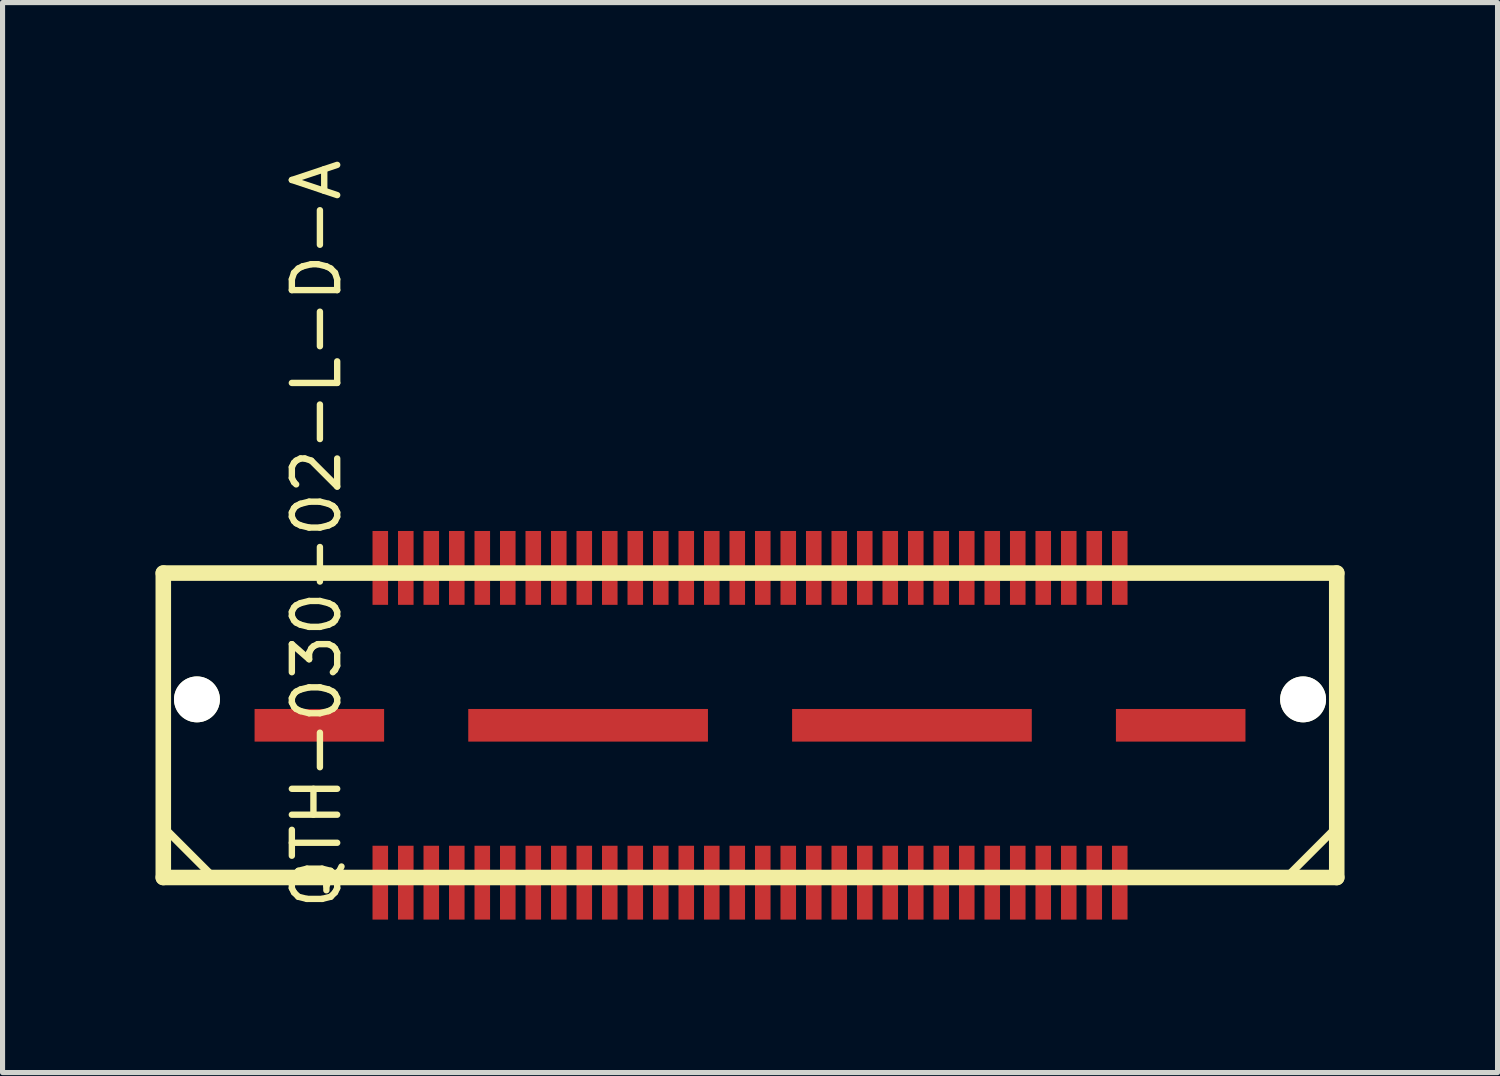
<source format=kicad_pcb>
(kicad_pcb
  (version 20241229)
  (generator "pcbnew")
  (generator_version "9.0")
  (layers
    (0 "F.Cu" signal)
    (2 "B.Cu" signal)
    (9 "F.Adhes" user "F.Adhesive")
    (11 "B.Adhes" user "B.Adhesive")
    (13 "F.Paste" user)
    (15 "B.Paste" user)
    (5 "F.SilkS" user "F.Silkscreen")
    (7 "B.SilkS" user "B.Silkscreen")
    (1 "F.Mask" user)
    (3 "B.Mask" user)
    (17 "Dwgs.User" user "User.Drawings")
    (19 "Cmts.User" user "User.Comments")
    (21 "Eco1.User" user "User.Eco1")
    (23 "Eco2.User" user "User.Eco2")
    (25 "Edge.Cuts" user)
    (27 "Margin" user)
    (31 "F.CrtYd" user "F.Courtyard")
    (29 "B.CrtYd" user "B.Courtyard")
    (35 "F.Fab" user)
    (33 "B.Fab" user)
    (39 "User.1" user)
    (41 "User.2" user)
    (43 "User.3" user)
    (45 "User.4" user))
  (footprint "QTH-030-02-L-D-A"
    (layer "F.Cu")
    (at 11.657 11.172)
    (property "Reference" "QTH-030-02-L-D-A" (at -8.5 -3.75 90) (layer "F.SilkS") (effects (font (size 0.889 0.889) (thickness 0.125))))
    (attr through_hole)
    (fp_line (start -11.505 -2.985) (end -11.505 2.985) (stroke (width 0.305) (type solid)) (layer "F.SilkS"))
    (fp_line (start -11.505 2.985) (end 11.505 2.985) (stroke (width 0.305) (type solid)) (layer "F.SilkS"))
    (fp_line (start -11.5 2) (end -10.5 3) (stroke (width 0.15) (type solid)) (layer "F.SilkS"))
    (fp_line (start 11.5 2) (end 10.5 3) (stroke (width 0.15) (type solid)) (layer "F.SilkS"))
    (fp_line (start 11.505 -2.985) (end -11.505 -2.985) (stroke (width 0.305) (type solid)) (layer "F.SilkS"))
    (fp_line (start 11.505 2.985) (end 11.505 -2.985) (stroke (width 0.305) (type solid)) (layer "F.SilkS"))
    (pad "" np_thru_hole circle (at -10.845 -0.508) (size 0.9 0.9) (drill 0.9) (layers "*.Cu" "*.Mask" "F.SilkS"))
    (pad "" np_thru_hole circle (at 10.845 -0.508) (size 0.9 0.9) (drill 0.9) (layers "*.Cu" "*.Mask" "F.SilkS"))
    (pad "1" smd rect (at -7.25 -3.086 180) (size 0.305 1.448) (layers "F.Cu" "F.Mask" "F.Paste"))
    (pad "2" smd rect (at -7.25 3.086) (size 0.305 1.448) (layers "F.Cu" "F.Mask" "F.Paste"))
    (pad "3" smd rect (at -6.75 -3.086 180) (size 0.305 1.448) (layers "F.Cu" "F.Mask" "F.Paste"))
    (pad "4" smd rect (at -6.75 3.086) (size 0.305 1.448) (layers "F.Cu" "F.Mask" "F.Paste"))
    (pad "5" smd rect (at -6.25 -3.086 180) (size 0.305 1.448) (layers "F.Cu" "F.Mask" "F.Paste"))
    (pad "6" smd rect (at -6.25 3.086) (size 0.305 1.448) (layers "F.Cu" "F.Mask" "F.Paste"))
    (pad "7" smd rect (at -5.75 -3.086 180) (size 0.305 1.448) (layers "F.Cu" "F.Mask" "F.Paste"))
    (pad "8" smd rect (at -5.75 3.086) (size 0.305 1.448) (layers "F.Cu" "F.Mask" "F.Paste"))
    (pad "9" smd rect (at -5.25 -3.086 180) (size 0.305 1.448) (layers "F.Cu" "F.Mask" "F.Paste"))
    (pad "10" smd rect (at -5.25 3.086) (size 0.305 1.448) (layers "F.Cu" "F.Mask" "F.Paste"))
    (pad "11" smd rect (at -4.75 -3.086 180) (size 0.305 1.448) (layers "F.Cu" "F.Mask" "F.Paste"))
    (pad "12" smd rect (at -4.75 3.086) (size 0.305 1.448) (layers "F.Cu" "F.Mask" "F.Paste"))
    (pad "13" smd rect (at -4.25 -3.086 180) (size 0.305 1.448) (layers "F.Cu" "F.Mask" "F.Paste"))
    (pad "14" smd rect (at -4.25 3.086) (size 0.305 1.448) (layers "F.Cu" "F.Mask" "F.Paste"))
    (pad "15" smd rect (at -3.75 -3.086 180) (size 0.305 1.448) (layers "F.Cu" "F.Mask" "F.Paste"))
    (pad "16" smd rect (at -3.75 3.086) (size 0.305 1.448) (layers "F.Cu" "F.Mask" "F.Paste"))
    (pad "17" smd rect (at -3.25 -3.086 180) (size 0.305 1.448) (layers "F.Cu" "F.Mask" "F.Paste"))
    (pad "18" smd rect (at -3.25 3.086) (size 0.305 1.448) (layers "F.Cu" "F.Mask" "F.Paste"))
    (pad "19" smd rect (at -2.75 -3.086 180) (size 0.305 1.448) (layers "F.Cu" "F.Mask" "F.Paste"))
    (pad "20" smd rect (at -2.75 3.086) (size 0.305 1.448) (layers "F.Cu" "F.Mask" "F.Paste"))
    (pad "21" smd rect (at -2.25 -3.086 180) (size 0.305 1.448) (layers "F.Cu" "F.Mask" "F.Paste"))
    (pad "22" smd rect (at -2.25 3.086) (size 0.305 1.448) (layers "F.Cu" "F.Mask" "F.Paste"))
    (pad "23" smd rect (at -1.75 -3.086 180) (size 0.305 1.448) (layers "F.Cu" "F.Mask" "F.Paste"))
    (pad "24" smd rect (at -1.75 3.086) (size 0.305 1.448) (layers "F.Cu" "F.Mask" "F.Paste"))
    (pad "25" smd rect (at -1.25 -3.086 180) (size 0.305 1.448) (layers "F.Cu" "F.Mask" "F.Paste"))
    (pad "26" smd rect (at -1.25 3.086) (size 0.305 1.448) (layers "F.Cu" "F.Mask" "F.Paste"))
    (pad "27" smd rect (at -0.75 -3.086 180) (size 0.305 1.448) (layers "F.Cu" "F.Mask" "F.Paste"))
    (pad "28" smd rect (at -0.75 3.086) (size 0.305 1.448) (layers "F.Cu" "F.Mask" "F.Paste"))
    (pad "29" smd rect (at -0.25 -3.086 180) (size 0.305 1.448) (layers "F.Cu" "F.Mask" "F.Paste"))
    (pad "30" smd rect (at -0.25 3.086) (size 0.305 1.448) (layers "F.Cu" "F.Mask" "F.Paste"))
    (pad "31" smd rect (at 0.25 -3.086 180) (size 0.305 1.448) (layers "F.Cu" "F.Mask" "F.Paste"))
    (pad "32" smd rect (at 0.25 3.086) (size 0.305 1.448) (layers "F.Cu" "F.Mask" "F.Paste"))
    (pad "33" smd rect (at 0.75 -3.086 180) (size 0.305 1.448) (layers "F.Cu" "F.Mask" "F.Paste"))
    (pad "34" smd rect (at 0.75 3.086) (size 0.305 1.448) (layers "F.Cu" "F.Mask" "F.Paste"))
    (pad "35" smd rect (at 1.25 -3.086 180) (size 0.305 1.448) (layers "F.Cu" "F.Mask" "F.Paste"))
    (pad "36" smd rect (at 1.25 3.086) (size 0.305 1.448) (layers "F.Cu" "F.Mask" "F.Paste"))
    (pad "37" smd rect (at 1.75 -3.086 180) (size 0.305 1.448) (layers "F.Cu" "F.Mask" "F.Paste"))
    (pad "38" smd rect (at 1.75 3.086) (size 0.305 1.448) (layers "F.Cu" "F.Mask" "F.Paste"))
    (pad "39" smd rect (at 2.25 -3.086 180) (size 0.305 1.448) (layers "F.Cu" "F.Mask" "F.Paste"))
    (pad "40" smd rect (at 2.25 3.086) (size 0.305 1.448) (layers "F.Cu" "F.Mask" "F.Paste"))
    (pad "41" smd rect (at 2.75 -3.086 180) (size 0.305 1.448) (layers "F.Cu" "F.Mask" "F.Paste"))
    (pad "42" smd rect (at 2.75 3.086) (size 0.305 1.448) (layers "F.Cu" "F.Mask" "F.Paste"))
    (pad "43" smd rect (at 3.25 -3.086 180) (size 0.305 1.448) (layers "F.Cu" "F.Mask" "F.Paste"))
    (pad "44" smd rect (at 3.25 3.086) (size 0.305 1.448) (layers "F.Cu" "F.Mask" "F.Paste"))
    (pad "45" smd rect (at 3.75 -3.086 180) (size 0.305 1.448) (layers "F.Cu" "F.Mask" "F.Paste"))
    (pad "46" smd rect (at 3.75 3.086) (size 0.305 1.448) (layers "F.Cu" "F.Mask" "F.Paste"))
    (pad "47" smd rect (at 4.25 -3.086 180) (size 0.305 1.448) (layers "F.Cu" "F.Mask" "F.Paste"))
    (pad "48" smd rect (at 4.25 3.086) (size 0.305 1.448) (layers "F.Cu" "F.Mask" "F.Paste"))
    (pad "49" smd rect (at 4.75 -3.086 180) (size 0.305 1.448) (layers "F.Cu" "F.Mask" "F.Paste"))
    (pad "50" smd rect (at 4.75 3.086) (size 0.305 1.448) (layers "F.Cu" "F.Mask" "F.Paste"))
    (pad "51" smd rect (at 5.25 -3.086 180) (size 0.305 1.448) (layers "F.Cu" "F.Mask" "F.Paste"))
    (pad "52" smd rect (at 5.25 3.086) (size 0.305 1.448) (layers "F.Cu" "F.Mask" "F.Paste"))
    (pad "53" smd rect (at 5.75 -3.086 180) (size 0.305 1.448) (layers "F.Cu" "F.Mask" "F.Paste"))
    (pad "54" smd rect (at 5.75 3.086) (size 0.305 1.448) (layers "F.Cu" "F.Mask" "F.Paste"))
    (pad "55" smd rect (at 6.25 -3.086 180) (size 0.305 1.448) (layers "F.Cu" "F.Mask" "F.Paste"))
    (pad "56" smd rect (at 6.25 3.086) (size 0.305 1.448) (layers "F.Cu" "F.Mask" "F.Paste"))
    (pad "57" smd rect (at 6.75 -3.086 180) (size 0.305 1.448) (layers "F.Cu" "F.Mask" "F.Paste"))
    (pad "58" smd rect (at 6.75 3.086) (size 0.305 1.448) (layers "F.Cu" "F.Mask" "F.Paste"))
    (pad "59" smd rect (at 7.25 -3.086 180) (size 0.305 1.448) (layers "F.Cu" "F.Mask" "F.Paste"))
    (pad "60" smd rect (at 7.25 3.086) (size 0.305 1.448) (layers "F.Cu" "F.Mask" "F.Paste"))
    (pad "61" smd rect (at 8.445 0) (size 2.54 0.64) (layers "F.Cu" "F.Mask" "F.Paste"))
    (pad "62" smd rect (at 3.175 0) (size 4.7 0.64) (layers "F.Cu" "F.Mask" "F.Paste"))
    (pad "63" smd rect (at -3.175 0) (size 4.7 0.64) (layers "F.Cu" "F.Mask" "F.Paste"))
    (pad "64" smd rect (at -8.445 0) (size 2.54 0.64) (layers "F.Cu" "F.Mask" "F.Paste")))
  (gr_rect
    (start -3 -3)
    (end 26.315 17.982)
    (stroke (width 0.1) (type default))
    (fill no)
    (layer "Edge.Cuts")))
</source>
